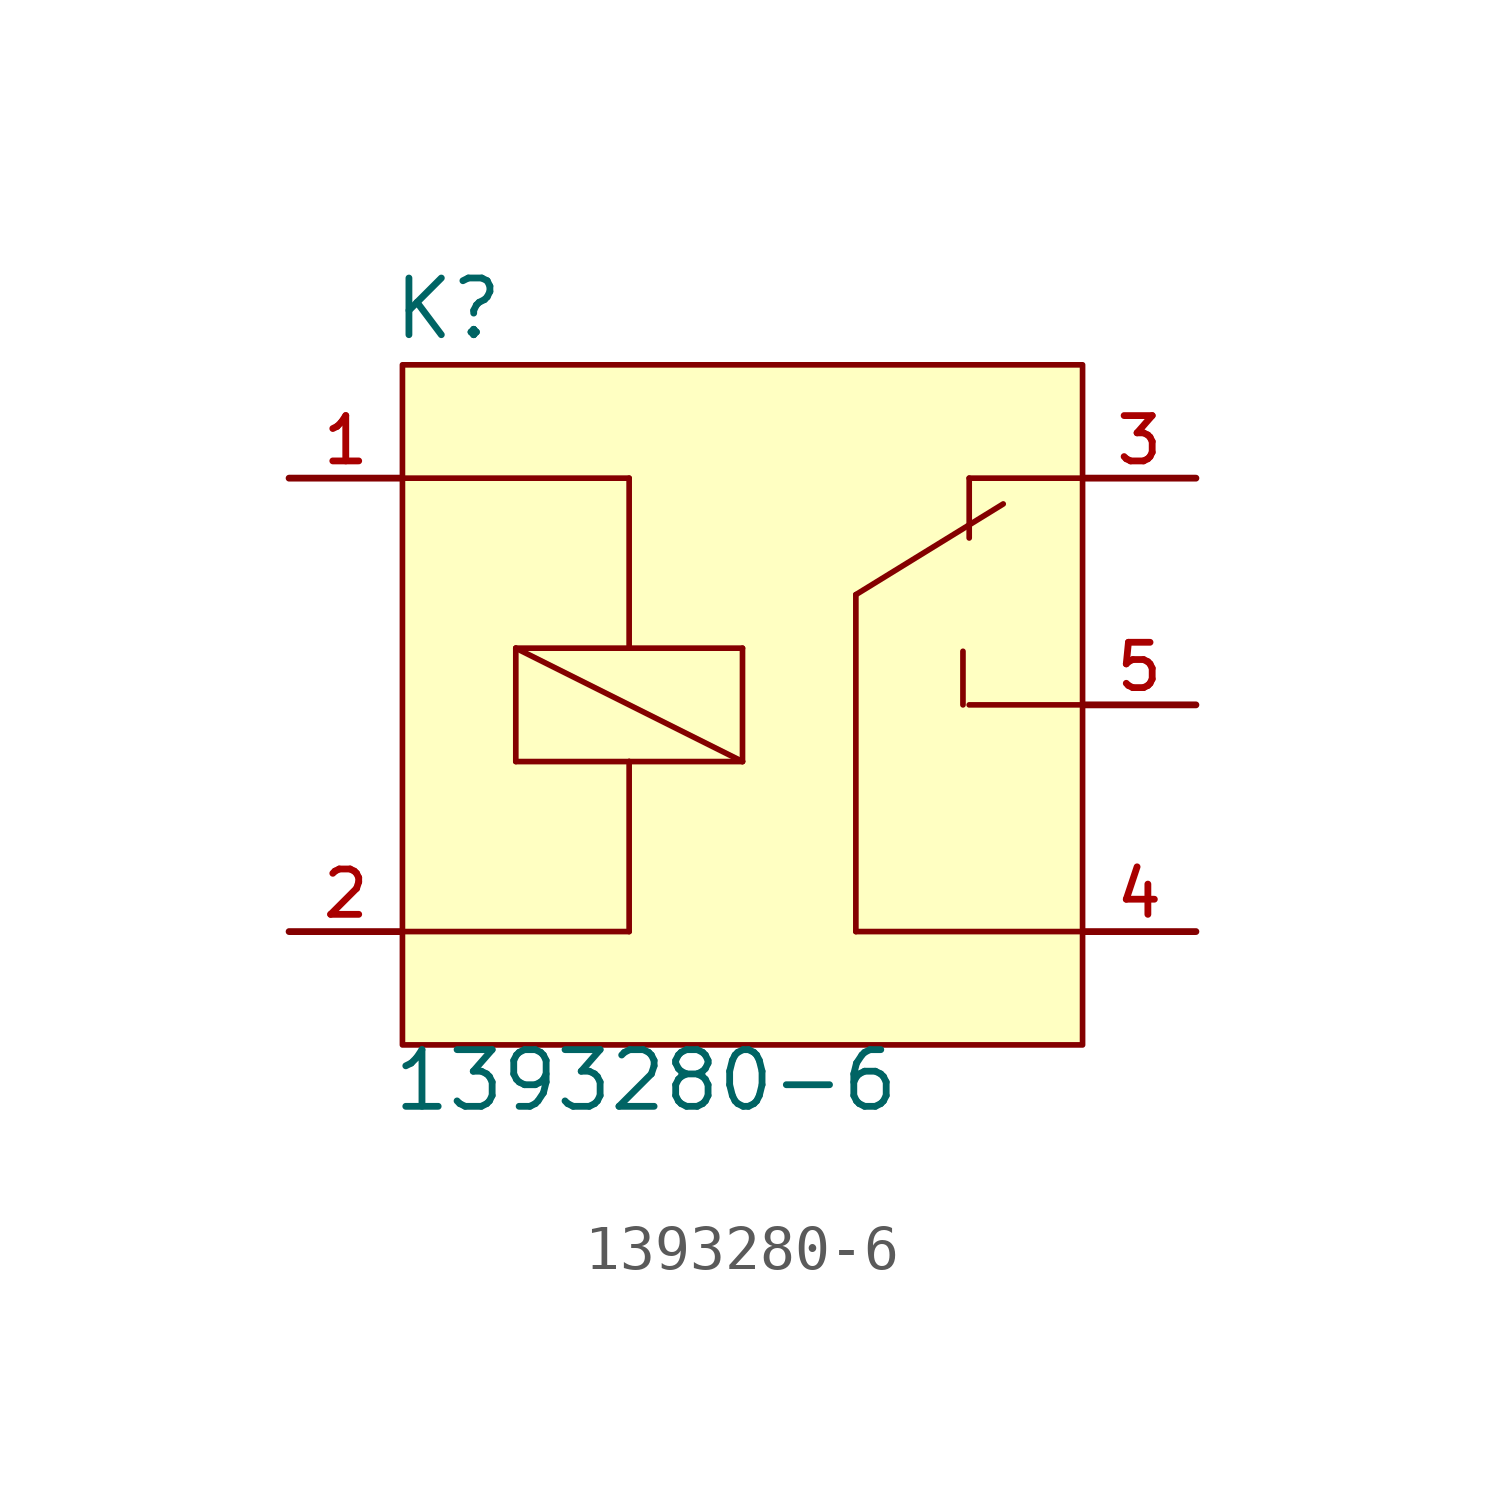
<source format=kicad_sym>
(kicad_symbol_lib
  (version 20211014)
  (generator kicad_symbol_editor)
  (symbol "1393280-6"
    (pin_names
      (offset 1.016))
    (property "Reference" "K"
      (at -7.877 8.131 0)
      (effects (font (size 1.27 1.27)) (justify bottom left)))
    (property "Value" "1393280-6"
      (at -7.887 -9.159 0)
      (effects (font (size 1.27 1.27)) (justify bottom left)))
    (symbol "1393280-6_0_0"
      (polyline (pts (xy 5.08 3.74) (xy 5.08 5.08)) (stroke (width 0.127)))
      (polyline (pts (xy 2.54 2.47) (xy 5.842 4.502)) (stroke (width 0.127)))
      (polyline (pts (xy 0.0 -1.27) (xy -2.54 -1.27)) (stroke (width 0.127)))
      (polyline (pts (xy -2.54 -1.27) (xy -5.08 -1.27)) (stroke (width 0.127)))
      (polyline (pts (xy -5.08 -1.27) (xy -5.08 1.27)) (stroke (width 0.127)))
      (polyline (pts (xy -5.08 1.27) (xy -2.54 1.27)) (stroke (width 0.127)))
      (polyline (pts (xy -2.54 1.27) (xy 0.0 1.27)) (stroke (width 0.127)))
      (polyline (pts (xy 0.0 1.27) (xy 0.0 -1.27)) (stroke (width 0.127)))
      (polyline (pts (xy 0.0 -1.27) (xy -5.08 1.27)) (stroke (width 0.127)))
      (polyline (pts (xy -7.62 5.08) (xy -2.54 5.08)) (stroke (width 0.127)))
      (polyline (pts (xy -2.54 5.08) (xy -2.54 1.27)) (stroke (width 0.127)))
      (polyline (pts (xy -2.54 -1.27) (xy -2.54 -5.08)) (stroke (width 0.127)))
      (polyline (pts (xy -2.54 -5.08) (xy -7.62 -5.08)) (stroke (width 0.127)))
      (polyline (pts (xy 5.08 5.08) (xy 7.62 5.08)) (stroke (width 0.127)))
      (polyline (pts (xy 5.08 0.0) (xy 7.62 0.0)) (stroke (width 0.127)))
      (polyline (pts (xy 2.54 -5.08) (xy 7.62 -5.08)) (stroke (width 0.127)))
      (polyline (pts (xy 2.54 -5.08) (xy 2.54 2.47)) (stroke (width 0.127)))
      (polyline (pts (xy 4.94 0.0) (xy 4.94 1.2)) (stroke (width 0.127)))
      (rectangle (start -7.62 -7.62) (end 7.62 7.62) (stroke (width 0.127)) (fill (type background)))
      (pin passive line (at 10.16 5.08 180.0) (length 2.54) (name "~" (effects (font (size 1.016 1.016)))) (number "3" (effects (font (size 1.016 1.016)))))
      (pin passive line (at 10.16 0.0 180.0) (length 2.54) (name "~" (effects (font (size 1.016 1.016)))) (number "5" (effects (font (size 1.016 1.016)))))
      (pin passive line (at -10.16 -5.08 0) (length 2.54) (name "~" (effects (font (size 1.016 1.016)))) (number "2" (effects (font (size 1.016 1.016)))))
      (pin passive line (at 10.16 -5.08 180.0) (length 2.54) (name "~" (effects (font (size 1.016 1.016)))) (number "4" (effects (font (size 1.016 1.016)))))
      (pin passive line (at -10.16 5.08 0) (length 2.54) (name "~" (effects (font (size 1.016 1.016)))) (number "1" (effects (font (size 1.016 1.016))))))))
</source>
